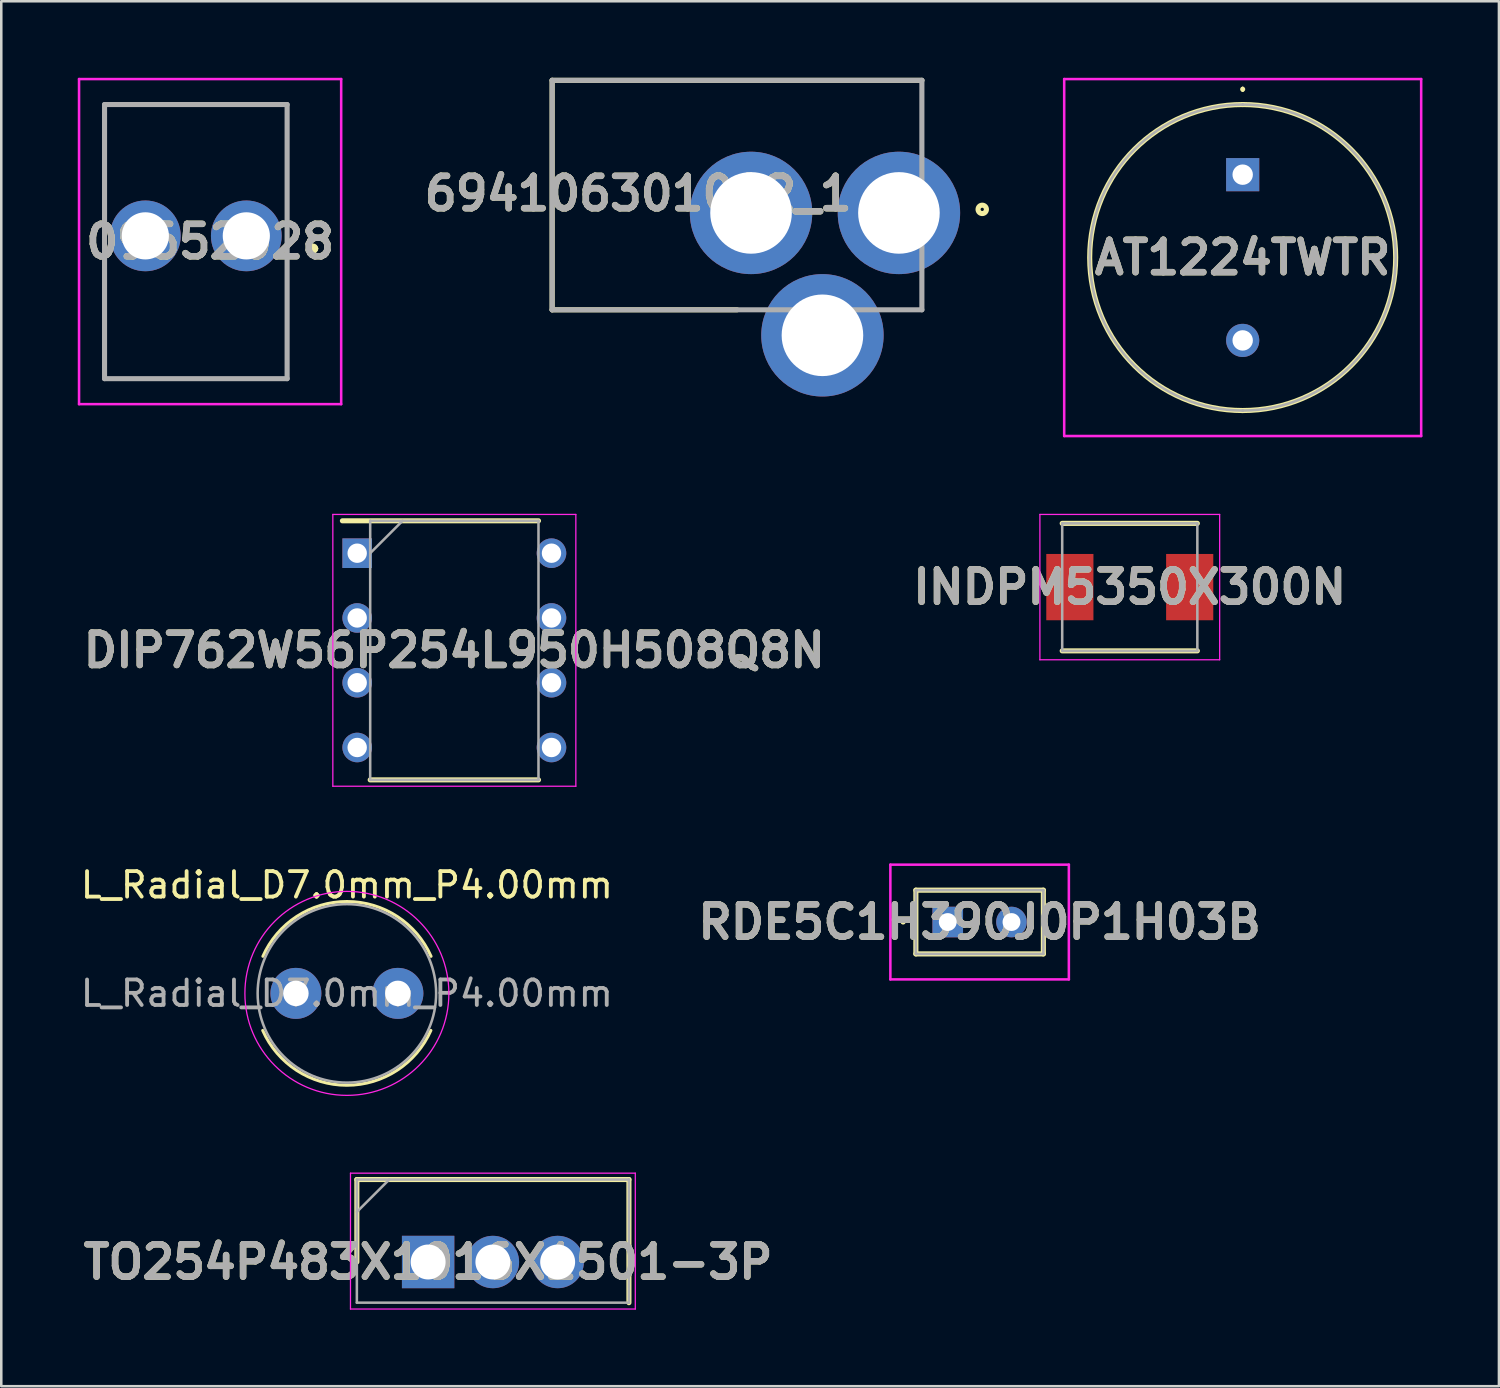
<source format=kicad_pcb>
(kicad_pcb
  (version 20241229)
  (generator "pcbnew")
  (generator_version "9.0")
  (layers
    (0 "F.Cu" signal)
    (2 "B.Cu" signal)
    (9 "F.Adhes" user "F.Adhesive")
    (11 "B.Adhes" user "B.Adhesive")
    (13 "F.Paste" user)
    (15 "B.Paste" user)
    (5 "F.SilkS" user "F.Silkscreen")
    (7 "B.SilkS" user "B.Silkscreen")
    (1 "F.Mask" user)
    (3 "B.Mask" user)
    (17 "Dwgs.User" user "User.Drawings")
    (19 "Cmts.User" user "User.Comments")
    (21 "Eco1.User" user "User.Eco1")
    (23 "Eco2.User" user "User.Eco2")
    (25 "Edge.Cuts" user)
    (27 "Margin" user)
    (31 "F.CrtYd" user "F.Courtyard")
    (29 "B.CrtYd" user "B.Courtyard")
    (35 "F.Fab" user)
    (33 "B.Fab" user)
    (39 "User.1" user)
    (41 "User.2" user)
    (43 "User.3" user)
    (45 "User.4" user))
  (footprint "INDPM5350X300N"
    (layer "F.Cu")
    (at 41.257 19.975)
    (property "Reference" "INDPM5350X300N" (at 0 0 0) (layer "F.SilkS") (effects (font (size 1.27 1.27) (thickness 0.254))))
    (attr smd)
    (fp_line (start -2.65 2.5) (end 2.65 2.5) (stroke (width 0.2) (type solid)) (layer "F.SilkS"))
    (fp_line (start 2.65 -2.5) (end -2.65 -2.5) (stroke (width 0.2) (type solid)) (layer "F.SilkS"))
    (fp_line (start -3.525 -2.85) (end 3.525 -2.85) (stroke (width 0.05) (type solid)) (layer "F.CrtYd"))
    (fp_line (start -3.525 2.85) (end -3.525 -2.85) (stroke (width 0.05) (type solid)) (layer "F.CrtYd"))
    (fp_line (start 3.525 -2.85) (end 3.525 2.85) (stroke (width 0.05) (type solid)) (layer "F.CrtYd"))
    (fp_line (start 3.525 2.85) (end -3.525 2.85) (stroke (width 0.05) (type solid)) (layer "F.CrtYd"))
    (fp_line (start -2.65 -2.5) (end 2.65 -2.5) (stroke (width 0.1) (type solid)) (layer "F.Fab"))
    (fp_line (start -2.65 2.5) (end -2.65 -2.5) (stroke (width 0.1) (type solid)) (layer "F.Fab"))
    (fp_line (start 2.65 -2.5) (end 2.65 2.5) (stroke (width 0.1) (type solid)) (layer "F.Fab"))
    (fp_line (start 2.65 2.5) (end -2.65 2.5) (stroke (width 0.1) (type solid)) (layer "F.Fab"))
    (fp_text user "${REFERENCE}" (at 0 0 0) (layer "F.Fab") (effects (font (size 1.27 1.27) (thickness 0.254))))
    (pad "1" smd rect (at -2.35 0) (size 1.85 2.6) (layers "F.Cu" "F.Mask" "F.Paste"))
    (pad "2" smd rect (at 2.35 0) (size 1.85 2.6) (layers "F.Cu" "F.Mask" "F.Paste")))
  (footprint "RDE5C1H390J0P1H03B"
    (layer "F.Cu")
    (at 34.118 33.11)
    (property "Reference" "RDE5C1H390J0P1H03B" (at 1.25 0 0) (layer "F.SilkS") (effects (font (size 1.27 1.27) (thickness 0.254))))
    (attr through_hole)
    (fp_line (start -1.8 0) (end -1.8 0) (stroke (width 0.1) (type solid)) (layer "F.SilkS"))
    (fp_line (start -1.7 0) (end -1.7 0) (stroke (width 0.1) (type solid)) (layer "F.SilkS"))
    (fp_line (start -1.25 -1.25) (end -1.25 1.25) (stroke (width 0.2) (type solid)) (layer "F.SilkS"))
    (fp_line (start -1.25 1.25) (end 3.75 1.25) (stroke (width 0.2) (type solid)) (layer "F.SilkS"))
    (fp_line (start 3.75 -1.25) (end -1.25 -1.25) (stroke (width 0.2) (type solid)) (layer "F.SilkS"))
    (fp_line (start 3.75 1.25) (end 3.75 -1.25) (stroke (width 0.2) (type solid)) (layer "F.SilkS"))
    (fp_arc (start -1.8 0) (mid -1.75 -0.05) (end -1.7 0) (stroke (width 0.1) (type solid)) (layer "F.SilkS"))
    (fp_arc (start -1.7 0) (mid -1.75 0.05) (end -1.8 0) (stroke (width 0.1) (type solid)) (layer "F.SilkS"))
    (fp_line (start -2.25 -2.25) (end 4.75 -2.25) (stroke (width 0.1) (type solid)) (layer "F.CrtYd"))
    (fp_line (start -2.25 2.25) (end -2.25 -2.25) (stroke (width 0.1) (type solid)) (layer "F.CrtYd"))
    (fp_line (start 4.75 -2.25) (end 4.75 2.25) (stroke (width 0.1) (type solid)) (layer "F.CrtYd"))
    (fp_line (start 4.75 2.25) (end -2.25 2.25) (stroke (width 0.1) (type solid)) (layer "F.CrtYd"))
    (fp_line (start -1.25 -1.25) (end -1.25 1.25) (stroke (width 0.1) (type solid)) (layer "F.Fab"))
    (fp_line (start -1.25 1.25) (end 3.75 1.25) (stroke (width 0.1) (type solid)) (layer "F.Fab"))
    (fp_line (start 3.75 -1.25) (end -1.25 -1.25) (stroke (width 0.1) (type solid)) (layer "F.Fab"))
    (fp_line (start 3.75 1.25) (end 3.75 -1.25) (stroke (width 0.1) (type solid)) (layer "F.Fab"))
    (fp_text user "${REFERENCE}" (at 1.25 0 0) (layer "F.Fab") (effects (font (size 1.27 1.27) (thickness 0.254))))
    (pad "1" thru_hole rect (at 0 0) (size 1.2 1.2) (drill 0.7) (layers "*.Cu" "*.Mask"))
    (pad "2" thru_hole circle (at 2.5 0) (size 1.2 1.2) (drill 0.7) (layers "*.Cu" "*.Mask")))
  (footprint "DIP762W56P254L950H508Q8N"
    (layer "F.Cu")
    (at 14.768 22.455)
    (property "Reference" "DIP762W56P254L950H508Q8N" (at 0 0 0) (layer "F.SilkS") (effects (font (size 1.27 1.27) (thickness 0.254))))
    (attr through_hole)
    (fp_line (start -4.39 -5.08) (end 3.3 -5.08) (stroke (width 0.2) (type solid)) (layer "F.SilkS"))
    (fp_line (start -3.3 5.08) (end 3.3 5.08) (stroke (width 0.2) (type solid)) (layer "F.SilkS"))
    (fp_line (start -4.765 -5.33) (end 4.765 -5.33) (stroke (width 0.05) (type solid)) (layer "F.CrtYd"))
    (fp_line (start -4.765 5.33) (end -4.765 -5.33) (stroke (width 0.05) (type solid)) (layer "F.CrtYd"))
    (fp_line (start 4.765 -5.33) (end 4.765 5.33) (stroke (width 0.05) (type solid)) (layer "F.CrtYd"))
    (fp_line (start 4.765 5.33) (end -4.765 5.33) (stroke (width 0.05) (type solid)) (layer "F.CrtYd"))
    (fp_line (start -3.3 -5.08) (end 3.3 -5.08) (stroke (width 0.1) (type solid)) (layer "F.Fab"))
    (fp_line (start -3.3 -3.81) (end -2.03 -5.08) (stroke (width 0.1) (type solid)) (layer "F.Fab"))
    (fp_line (start -3.3 5.08) (end -3.3 -5.08) (stroke (width 0.1) (type solid)) (layer "F.Fab"))
    (fp_line (start 3.3 -5.08) (end 3.3 5.08) (stroke (width 0.1) (type solid)) (layer "F.Fab"))
    (fp_line (start 3.3 5.08) (end -3.3 5.08) (stroke (width 0.1) (type solid)) (layer "F.Fab"))
    (fp_text user "${REFERENCE}" (at 0 0 0) (layer "F.Fab") (effects (font (size 1.27 1.27) (thickness 0.254))))
    (pad "1" thru_hole rect (at -3.81 -3.81) (size 1.16 1.16) (drill 0.76) (layers "*.Cu" "*.Mask"))
    (pad "2" thru_hole circle (at -3.81 -1.27) (size 1.16 1.16) (drill 0.76) (layers "*.Cu" "*.Mask"))
    (pad "3" thru_hole circle (at -3.81 1.27) (size 1.16 1.16) (drill 0.76) (layers "*.Cu" "*.Mask"))
    (pad "4" thru_hole circle (at -3.81 3.81) (size 1.16 1.16) (drill 0.76) (layers "*.Cu" "*.Mask"))
    (pad "5" thru_hole circle (at 3.81 3.81) (size 1.16 1.16) (drill 0.76) (layers "*.Cu" "*.Mask"))
    (pad "6" thru_hole circle (at 3.81 1.27) (size 1.16 1.16) (drill 0.76) (layers "*.Cu" "*.Mask"))
    (pad "7" thru_hole circle (at 3.81 -1.27) (size 1.16 1.16) (drill 0.76) (layers "*.Cu" "*.Mask"))
    (pad "8" thru_hole circle (at 3.81 -3.81) (size 1.16 1.16) (drill 0.76) (layers "*.Cu" "*.Mask")))
  (footprint "L_Radial_D7.0mm_P4.00mm"
    (layer "F.Cu")
    (at 8.554 35.908)
    (property "Reference" "L_Radial_D7.0mm_P4.00mm" (at 2 -4.25 0) (layer "F.SilkS") (effects (font (size 1 1) (thickness 0.15))))
    (attr through_hole)
    (fp_arc (start -1.293379 -1.453841) (mid 2.00331 -3.602157) (end 5.3 -1.453841) (stroke (width 0.12) (type solid)) (layer "F.SilkS"))
    (fp_arc (start 5.293695 1.453985) (mid 1.996847 3.602402) (end -1.3 1.453985) (stroke (width 0.12) (type solid)) (layer "F.SilkS"))
    (fp_circle (center 2 0) (end 6 0) (stroke (width 0.05) (type solid)) (fill no) (layer "F.CrtYd"))
    (fp_circle (center 2 0) (end 5.5 0) (stroke (width 0.1) (type solid)) (fill no) (layer "F.Fab"))
    (fp_text user "${REFERENCE}" (at 2 0 0) (layer "F.Fab") (effects (font (size 1 1) (thickness 0.15))))
    (pad "1" thru_hole circle (at 0 0) (size 2 2) (drill 1) (layers "*.Cu" "*.Mask"))
    (pad "2" thru_hole circle (at 4 0) (size 2 2) (drill 1) (layers "*.Cu" "*.Mask")))
  (footprint "AT1224TWTR"
    (layer "F.Cu")
    (at 45.685 3.8)
    (property "Reference" "AT1224TWTR" (at 0 3.25 0) (layer "F.SilkS") (effects (font (size 1.27 1.27) (thickness 0.254))))
    (attr through_hole)
    (fp_line (start 0 -3.4) (end 0 -3.4) (stroke (width 0.1) (type solid)) (layer "F.SilkS"))
    (fp_line (start 0 -3.3) (end 0 -3.3) (stroke (width 0.1) (type solid)) (layer "F.SilkS"))
    (fp_line (start 0 -2.75) (end 0 -2.75) (stroke (width 0.2) (type solid)) (layer "F.SilkS"))
    (fp_line (start 0 9.25) (end 0 9.25) (stroke (width 0.2) (type solid)) (layer "F.SilkS"))
    (fp_arc (start 0 -3.4) (mid 0.05 -3.35) (end 0 -3.3) (stroke (width 0.1) (type solid)) (layer "F.SilkS"))
    (fp_arc (start 0 -3.3) (mid -0.05 -3.35) (end 0 -3.4) (stroke (width 0.1) (type solid)) (layer "F.SilkS"))
    (fp_arc (start 0 -2.75) (mid 6 3.25) (end 0 9.25) (stroke (width 0.2) (type solid)) (layer "F.SilkS"))
    (fp_arc (start 0 9.25) (mid -6 3.25) (end 0 -2.75) (stroke (width 0.2) (type solid)) (layer "F.SilkS"))
    (fp_line (start -7 -3.75) (end 7 -3.75) (stroke (width 0.1) (type solid)) (layer "F.CrtYd"))
    (fp_line (start -7 10.25) (end -7 -3.75) (stroke (width 0.1) (type solid)) (layer "F.CrtYd"))
    (fp_line (start 7 -3.75) (end 7 10.25) (stroke (width 0.1) (type solid)) (layer "F.CrtYd"))
    (fp_line (start 7 10.25) (end -7 10.25) (stroke (width 0.1) (type solid)) (layer "F.CrtYd"))
    (fp_line (start 0 -2.75) (end 0 -2.75) (stroke (width 0.1) (type solid)) (layer "F.Fab"))
    (fp_line (start 0 9.25) (end 0 9.25) (stroke (width 0.1) (type solid)) (layer "F.Fab"))
    (fp_arc (start 0 -2.75) (mid 6 3.25) (end 0 9.25) (stroke (width 0.1) (type solid)) (layer "F.Fab"))
    (fp_arc (start 0 9.25) (mid -6 3.25) (end 0 -2.75) (stroke (width 0.1) (type solid)) (layer "F.Fab"))
    (fp_text user "${REFERENCE}" (at 0 3.25 0) (layer "F.Fab") (effects (font (size 1.27 1.27) (thickness 0.254))))
    (pad "1" thru_hole rect (at 0 0) (size 1.3 1.3) (drill 0.8) (layers "*.Cu" "*.Mask"))
    (pad "2" thru_hole circle (at 0 6.5) (size 1.3 1.3) (drill 0.8) (layers "*.Cu" "*.Mask")))
  (footprint "694106301002_1"
    (layer "F.Cu")
    (at 18.604 9.1)
    (property "Reference" "694106301002_1" (at 3.376 -4.559 0) (layer "F.SilkS") (effects (font (size 1.27 1.27) (thickness 0.254))))
    (attr through_hole)
    (fp_line (start 0 -9) (end 14.5 -9) (stroke (width 0.2) (type solid)) (layer "F.SilkS"))
    (fp_line (start 0 0) (end 0 -9) (stroke (width 0.2) (type solid)) (layer "F.SilkS"))
    (fp_line (start 7.25 0) (end 0 0) (stroke (width 0.2) (type solid)) (layer "F.SilkS"))
    (fp_circle (center 16.867 -3.939) (end 16.867 -3.875) (stroke (width 0.2) (type solid)) (fill no) (layer "F.SilkS"))
    (fp_line (start 0 -9) (end 14.5 -9) (stroke (width 0.2) (type solid)) (layer "F.Fab"))
    (fp_line (start 0 0) (end 0 -9) (stroke (width 0.2) (type solid)) (layer "F.Fab"))
    (fp_line (start 14.5 -9) (end 14.5 0) (stroke (width 0.2) (type solid)) (layer "F.Fab"))
    (fp_line (start 14.5 0) (end 0 0) (stroke (width 0.2) (type solid)) (layer "F.Fab"))
    (fp_text user "${REFERENCE}" (at 3.376 -4.559 0) (layer "F.Fab") (effects (font (size 1.27 1.27) (thickness 0.254))))
    (pad "1" thru_hole circle (at 13.6 -3.8) (size 4.8 4.8) (drill 3.2) (layers "*.Cu" "*.Mask"))
    (pad "2" thru_hole circle (at 7.8 -3.8) (size 4.8 4.8) (drill 3.2) (layers "*.Cu" "*.Mask"))
    (pad "3" thru_hole circle (at 10.6 1) (size 4.8 4.8) (drill 3.2) (layers "*.Cu" "*.Mask")))
  (footprint "TO254P483X1016X1501-3P"
    (layer "F.Cu")
    (at 13.74 46.443)
    (property "Reference" "TO254P483X1016X1501-3P" (at 0 0 0) (layer "F.SilkS") (effects (font (size 1.27 1.27) (thickness 0.254))))
    (attr through_hole)
    (fp_line (start -2.795 -3.235) (end -2.795 0) (stroke (width 0.2) (type solid)) (layer "F.SilkS"))
    (fp_line (start 7.875 -3.235) (end -2.795 -3.235) (stroke (width 0.2) (type solid)) (layer "F.SilkS"))
    (fp_line (start 7.875 1.595) (end 7.875 -3.235) (stroke (width 0.2) (type solid)) (layer "F.SilkS"))
    (fp_line (start -3.045 -3.485) (end 8.125 -3.485) (stroke (width 0.05) (type solid)) (layer "F.CrtYd"))
    (fp_line (start -3.045 1.845) (end -3.045 -3.485) (stroke (width 0.05) (type solid)) (layer "F.CrtYd"))
    (fp_line (start 8.125 -3.485) (end 8.125 1.845) (stroke (width 0.05) (type solid)) (layer "F.CrtYd"))
    (fp_line (start 8.125 1.845) (end -3.045 1.845) (stroke (width 0.05) (type solid)) (layer "F.CrtYd"))
    (fp_line (start -2.795 -3.235) (end 7.875 -3.235) (stroke (width 0.1) (type solid)) (layer "F.Fab"))
    (fp_line (start -2.795 -1.965) (end -1.525 -3.235) (stroke (width 0.1) (type solid)) (layer "F.Fab"))
    (fp_line (start -2.795 1.595) (end -2.795 -3.235) (stroke (width 0.1) (type solid)) (layer "F.Fab"))
    (fp_line (start 7.875 -3.235) (end 7.875 1.595) (stroke (width 0.1) (type solid)) (layer "F.Fab"))
    (fp_line (start 7.875 1.595) (end -2.795 1.595) (stroke (width 0.1) (type solid)) (layer "F.Fab"))
    (fp_text user "${REFERENCE}" (at 0 0 0) (layer "F.Fab") (effects (font (size 1.27 1.27) (thickness 0.254))))
    (pad "1" thru_hole rect (at 0 0) (size 2.055 2.055) (drill 1.37) (layers "*.Cu" "*.Mask"))
    (pad "2" thru_hole circle (at 2.54 0) (size 2.055 2.055) (drill 1.37) (layers "*.Cu" "*.Mask"))
    (pad "3" thru_hole circle (at 5.08 0) (size 2.055 2.055) (drill 1.37) (layers "*.Cu" "*.Mask")))
  (footprint "09652028"
    (layer "F.Cu")
    (at 6.61 6.2)
    (property "Reference" "09652028" (at -1.42 0.225 0) (layer "F.SilkS") (effects (font (size 1.27 1.27) (thickness 0.254))))
    (attr through_hole)
    (fp_line (start -5.56 -5.15) (end 1.6 -5.15) (stroke (width 0.1) (type solid)) (layer "F.SilkS"))
    (fp_line (start -5.56 5.6) (end -5.56 -5.15) (stroke (width 0.1) (type solid)) (layer "F.SilkS"))
    (fp_line (start 1.6 -5.15) (end 1.6 5.6) (stroke (width 0.1) (type solid)) (layer "F.SilkS"))
    (fp_line (start 1.6 5.6) (end -5.56 5.6) (stroke (width 0.1) (type solid)) (layer "F.SilkS"))
    (fp_line (start 2.52 0.5) (end 2.52 0.5) (stroke (width 0.2) (type solid)) (layer "F.SilkS"))
    (fp_line (start 2.72 0.5) (end 2.72 0.5) (stroke (width 0.2) (type solid)) (layer "F.SilkS"))
    (fp_arc (start 2.52 0.5) (mid 2.62 0.4) (end 2.72 0.5) (stroke (width 0.2) (type solid)) (layer "F.SilkS"))
    (fp_arc (start 2.72 0.5) (mid 2.62 0.6) (end 2.52 0.5) (stroke (width 0.2) (type solid)) (layer "F.SilkS"))
    (fp_line (start -6.56 -6.15) (end 3.72 -6.15) (stroke (width 0.1) (type solid)) (layer "F.CrtYd"))
    (fp_line (start -6.56 6.6) (end -6.56 -6.15) (stroke (width 0.1) (type solid)) (layer "F.CrtYd"))
    (fp_line (start 3.72 -6.15) (end 3.72 6.6) (stroke (width 0.1) (type solid)) (layer "F.CrtYd"))
    (fp_line (start 3.72 6.6) (end -6.56 6.6) (stroke (width 0.1) (type solid)) (layer "F.CrtYd"))
    (fp_line (start -5.56 -5.15) (end 1.6 -5.15) (stroke (width 0.2) (type solid)) (layer "F.Fab"))
    (fp_line (start -5.56 5.6) (end -5.56 -5.15) (stroke (width 0.2) (type solid)) (layer "F.Fab"))
    (fp_line (start 1.6 -5.15) (end 1.6 5.6) (stroke (width 0.2) (type solid)) (layer "F.Fab"))
    (fp_line (start 1.6 5.6) (end -5.56 5.6) (stroke (width 0.2) (type solid)) (layer "F.Fab"))
    (fp_text user "${REFERENCE}" (at -1.42 0.225 0) (layer "F.Fab") (effects (font (size 1.27 1.27) (thickness 0.254))))
    (pad "1" thru_hole circle (at 0 0) (size 2.775 2.775) (drill 1.85) (layers "*.Cu" "*.Mask"))
    (pad "2" thru_hole circle (at -3.96 0) (size 2.775 2.775) (drill 1.85) (layers "*.Cu" "*.Mask")))
  (gr_rect
    (start -3 -3)
    (end 55.735 51.313)
    (stroke (width 0.1) (type default))
    (fill no)
    (layer "Edge.Cuts")))
</source>
